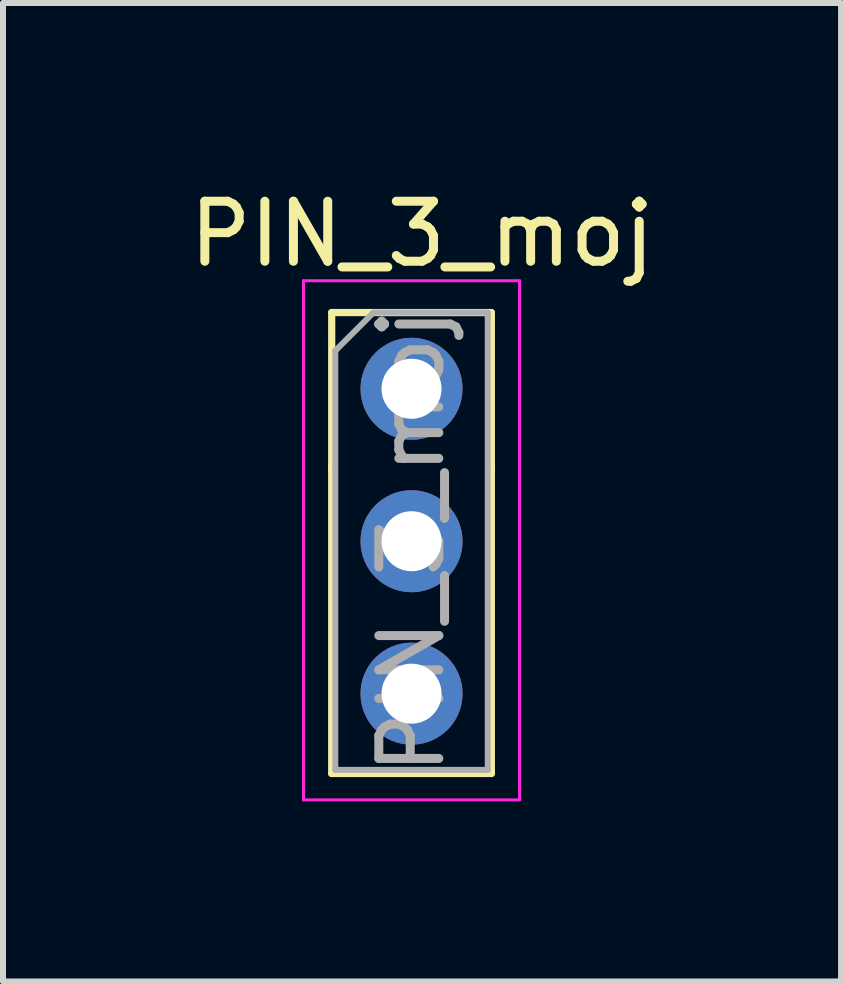
<source format=kicad_pcb>
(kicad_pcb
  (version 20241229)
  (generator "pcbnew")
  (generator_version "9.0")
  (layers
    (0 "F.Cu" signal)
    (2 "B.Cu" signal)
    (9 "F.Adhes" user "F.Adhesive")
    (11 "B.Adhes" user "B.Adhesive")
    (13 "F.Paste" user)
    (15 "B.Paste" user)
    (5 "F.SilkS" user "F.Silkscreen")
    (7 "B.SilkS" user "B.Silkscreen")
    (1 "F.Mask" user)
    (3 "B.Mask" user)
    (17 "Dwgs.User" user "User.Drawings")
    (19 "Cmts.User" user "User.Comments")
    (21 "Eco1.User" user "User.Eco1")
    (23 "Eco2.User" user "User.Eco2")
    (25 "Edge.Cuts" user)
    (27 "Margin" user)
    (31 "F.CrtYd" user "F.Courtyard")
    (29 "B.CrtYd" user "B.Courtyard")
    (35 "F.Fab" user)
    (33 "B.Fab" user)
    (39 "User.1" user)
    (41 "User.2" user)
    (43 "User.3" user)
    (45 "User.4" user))
  (footprint "PIN_3_moj"
    (layer "F.Cu")
    (at 3.807 3.428)
    (property "Reference" "PIN_3_moj" (at 0.175 -2.58 0) (layer "F.SilkS") (effects (font (size 1 1) (thickness 0.15))))
    (attr through_hole)
    (fp_line (start -1.33 -1.27) (end -1.33 1.34) (stroke (width 0.12) (type solid)) (layer "F.SilkS"))
    (fp_line (start -1.33 -1.27) (end 1.33 -1.27) (stroke (width 0.12) (type solid)) (layer "F.SilkS"))
    (fp_line (start -1.33 1.27) (end -1.33 6.41) (stroke (width 0.12) (type solid)) (layer "F.SilkS"))
    (fp_line (start -1.33 6.41) (end 1.33 6.41) (stroke (width 0.12) (type solid)) (layer "F.SilkS"))
    (fp_line (start 1.33 -1.27) (end 1.33 1.31) (stroke (width 0.12) (type solid)) (layer "F.SilkS"))
    (fp_line (start 1.33 1.27) (end 1.33 6.41) (stroke (width 0.12) (type solid)) (layer "F.SilkS"))
    (fp_line (start -1.8 -1.8) (end -1.8 6.85) (stroke (width 0.05) (type solid)) (layer "F.CrtYd"))
    (fp_line (start -1.8 6.85) (end 1.8 6.85) (stroke (width 0.05) (type solid)) (layer "F.CrtYd"))
    (fp_line (start 1.8 -1.8) (end -1.8 -1.8) (stroke (width 0.05) (type solid)) (layer "F.CrtYd"))
    (fp_line (start 1.8 6.85) (end 1.8 -1.8) (stroke (width 0.05) (type solid)) (layer "F.CrtYd"))
    (fp_line (start -1.27 -0.635) (end -0.635 -1.27) (stroke (width 0.1) (type solid)) (layer "F.Fab"))
    (fp_line (start -1.27 6.35) (end -1.27 -0.635) (stroke (width 0.1) (type solid)) (layer "F.Fab"))
    (fp_line (start -0.635 -1.27) (end 1.27 -1.27) (stroke (width 0.1) (type solid)) (layer "F.Fab"))
    (fp_line (start 1.27 -1.27) (end 1.27 6.35) (stroke (width 0.1) (type solid)) (layer "F.Fab"))
    (fp_line (start 1.27 6.35) (end -1.27 6.35) (stroke (width 0.1) (type solid)) (layer "F.Fab"))
    (fp_text user "${REFERENCE}" (at 0 2.54 90) (layer "F.Fab") (effects (font (size 1 1) (thickness 0.15))))
    (pad "1" thru_hole circle (at 0 0) (size 1.7 1.7) (drill 1) (layers "*.Cu" "*.Mask"))
    (pad "2" thru_hole oval (at 0 2.54) (size 1.7 1.7) (drill 1) (layers "*.Cu" "*.Mask"))
    (pad "3" thru_hole oval (at 0 5.08) (size 1.7 1.7) (drill 1) (layers "*.Cu" "*.Mask")))
  (gr_rect
    (start -3 -3)
    (end 10.964 13.303)
    (stroke (width 0.1) (type default))
    (fill no)
    (layer "Edge.Cuts")))
</source>
